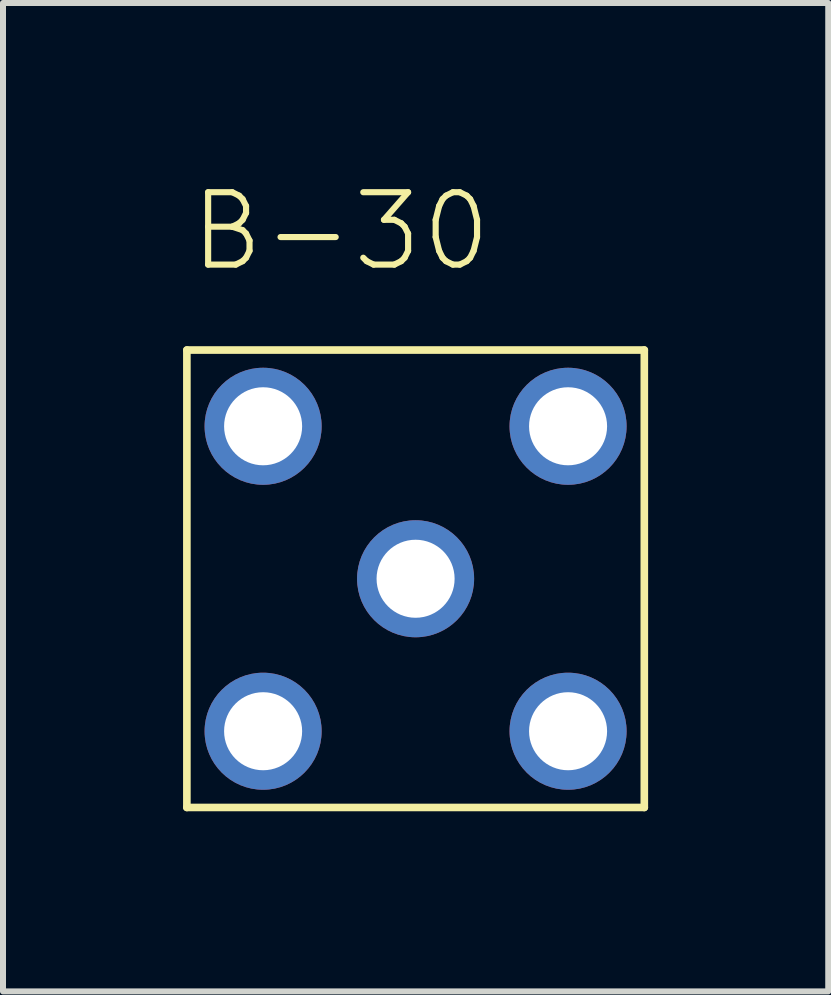
<source format=kicad_pcb>
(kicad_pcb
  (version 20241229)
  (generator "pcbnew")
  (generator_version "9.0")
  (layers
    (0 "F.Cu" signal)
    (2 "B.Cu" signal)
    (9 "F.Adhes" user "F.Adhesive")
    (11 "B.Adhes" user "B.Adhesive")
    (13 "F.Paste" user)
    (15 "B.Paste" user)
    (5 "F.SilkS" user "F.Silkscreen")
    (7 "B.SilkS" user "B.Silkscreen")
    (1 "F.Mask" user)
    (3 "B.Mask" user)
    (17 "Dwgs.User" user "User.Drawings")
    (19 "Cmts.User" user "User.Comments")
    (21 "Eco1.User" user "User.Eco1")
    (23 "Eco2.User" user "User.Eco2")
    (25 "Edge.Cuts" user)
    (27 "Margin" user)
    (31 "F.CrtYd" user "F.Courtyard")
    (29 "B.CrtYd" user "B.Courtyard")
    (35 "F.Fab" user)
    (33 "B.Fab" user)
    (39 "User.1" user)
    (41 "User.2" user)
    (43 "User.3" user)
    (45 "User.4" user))
  (footprint "B-30"
    (layer "F.Cu")
    (at 3.873 6.591)
    (property "Reference" "B-30" (at -3.81 -5.08 0) (layer "F.SilkS") (effects (font (size 1.206 1.206) (thickness 0.102)) (justify left bottom)))
    (attr through_hole)
    (fp_line (start -3.81 -3.81) (end 3.81 -3.81) (stroke (width 0.127) (type solid)) (layer "F.SilkS"))
    (fp_line (start -3.81 3.81) (end -3.81 -3.81) (stroke (width 0.127) (type solid)) (layer "F.SilkS"))
    (fp_line (start 3.81 -3.81) (end 3.81 3.81) (stroke (width 0.127) (type solid)) (layer "F.SilkS"))
    (fp_line (start 3.81 3.81) (end -3.81 3.81) (stroke (width 0.127) (type solid)) (layer "F.SilkS"))
    (pad "P$1" thru_hole circle (at 0 0) (size 1.95 1.95) (drill 1.3) (layers "*.Cu" "*.Mask"))
    (pad "P$2" thru_hole circle (at -2.54 -2.54) (size 1.95 1.95) (drill 1.3) (layers "*.Cu" "*.Mask"))
    (pad "P$3" thru_hole circle (at -2.54 2.54) (size 1.95 1.95) (drill 1.3) (layers "*.Cu" "*.Mask"))
    (pad "P$4" thru_hole circle (at 2.54 2.54) (size 1.95 1.95) (drill 1.3) (layers "*.Cu" "*.Mask"))
    (pad "P$5" thru_hole circle (at 2.54 -2.54) (size 1.95 1.95) (drill 1.3) (layers "*.Cu" "*.Mask")))
  (gr_rect
    (start -3 -3)
    (end 10.747 13.465)
    (stroke (width 0.1) (type default))
    (fill no)
    (layer "Edge.Cuts")))
</source>
